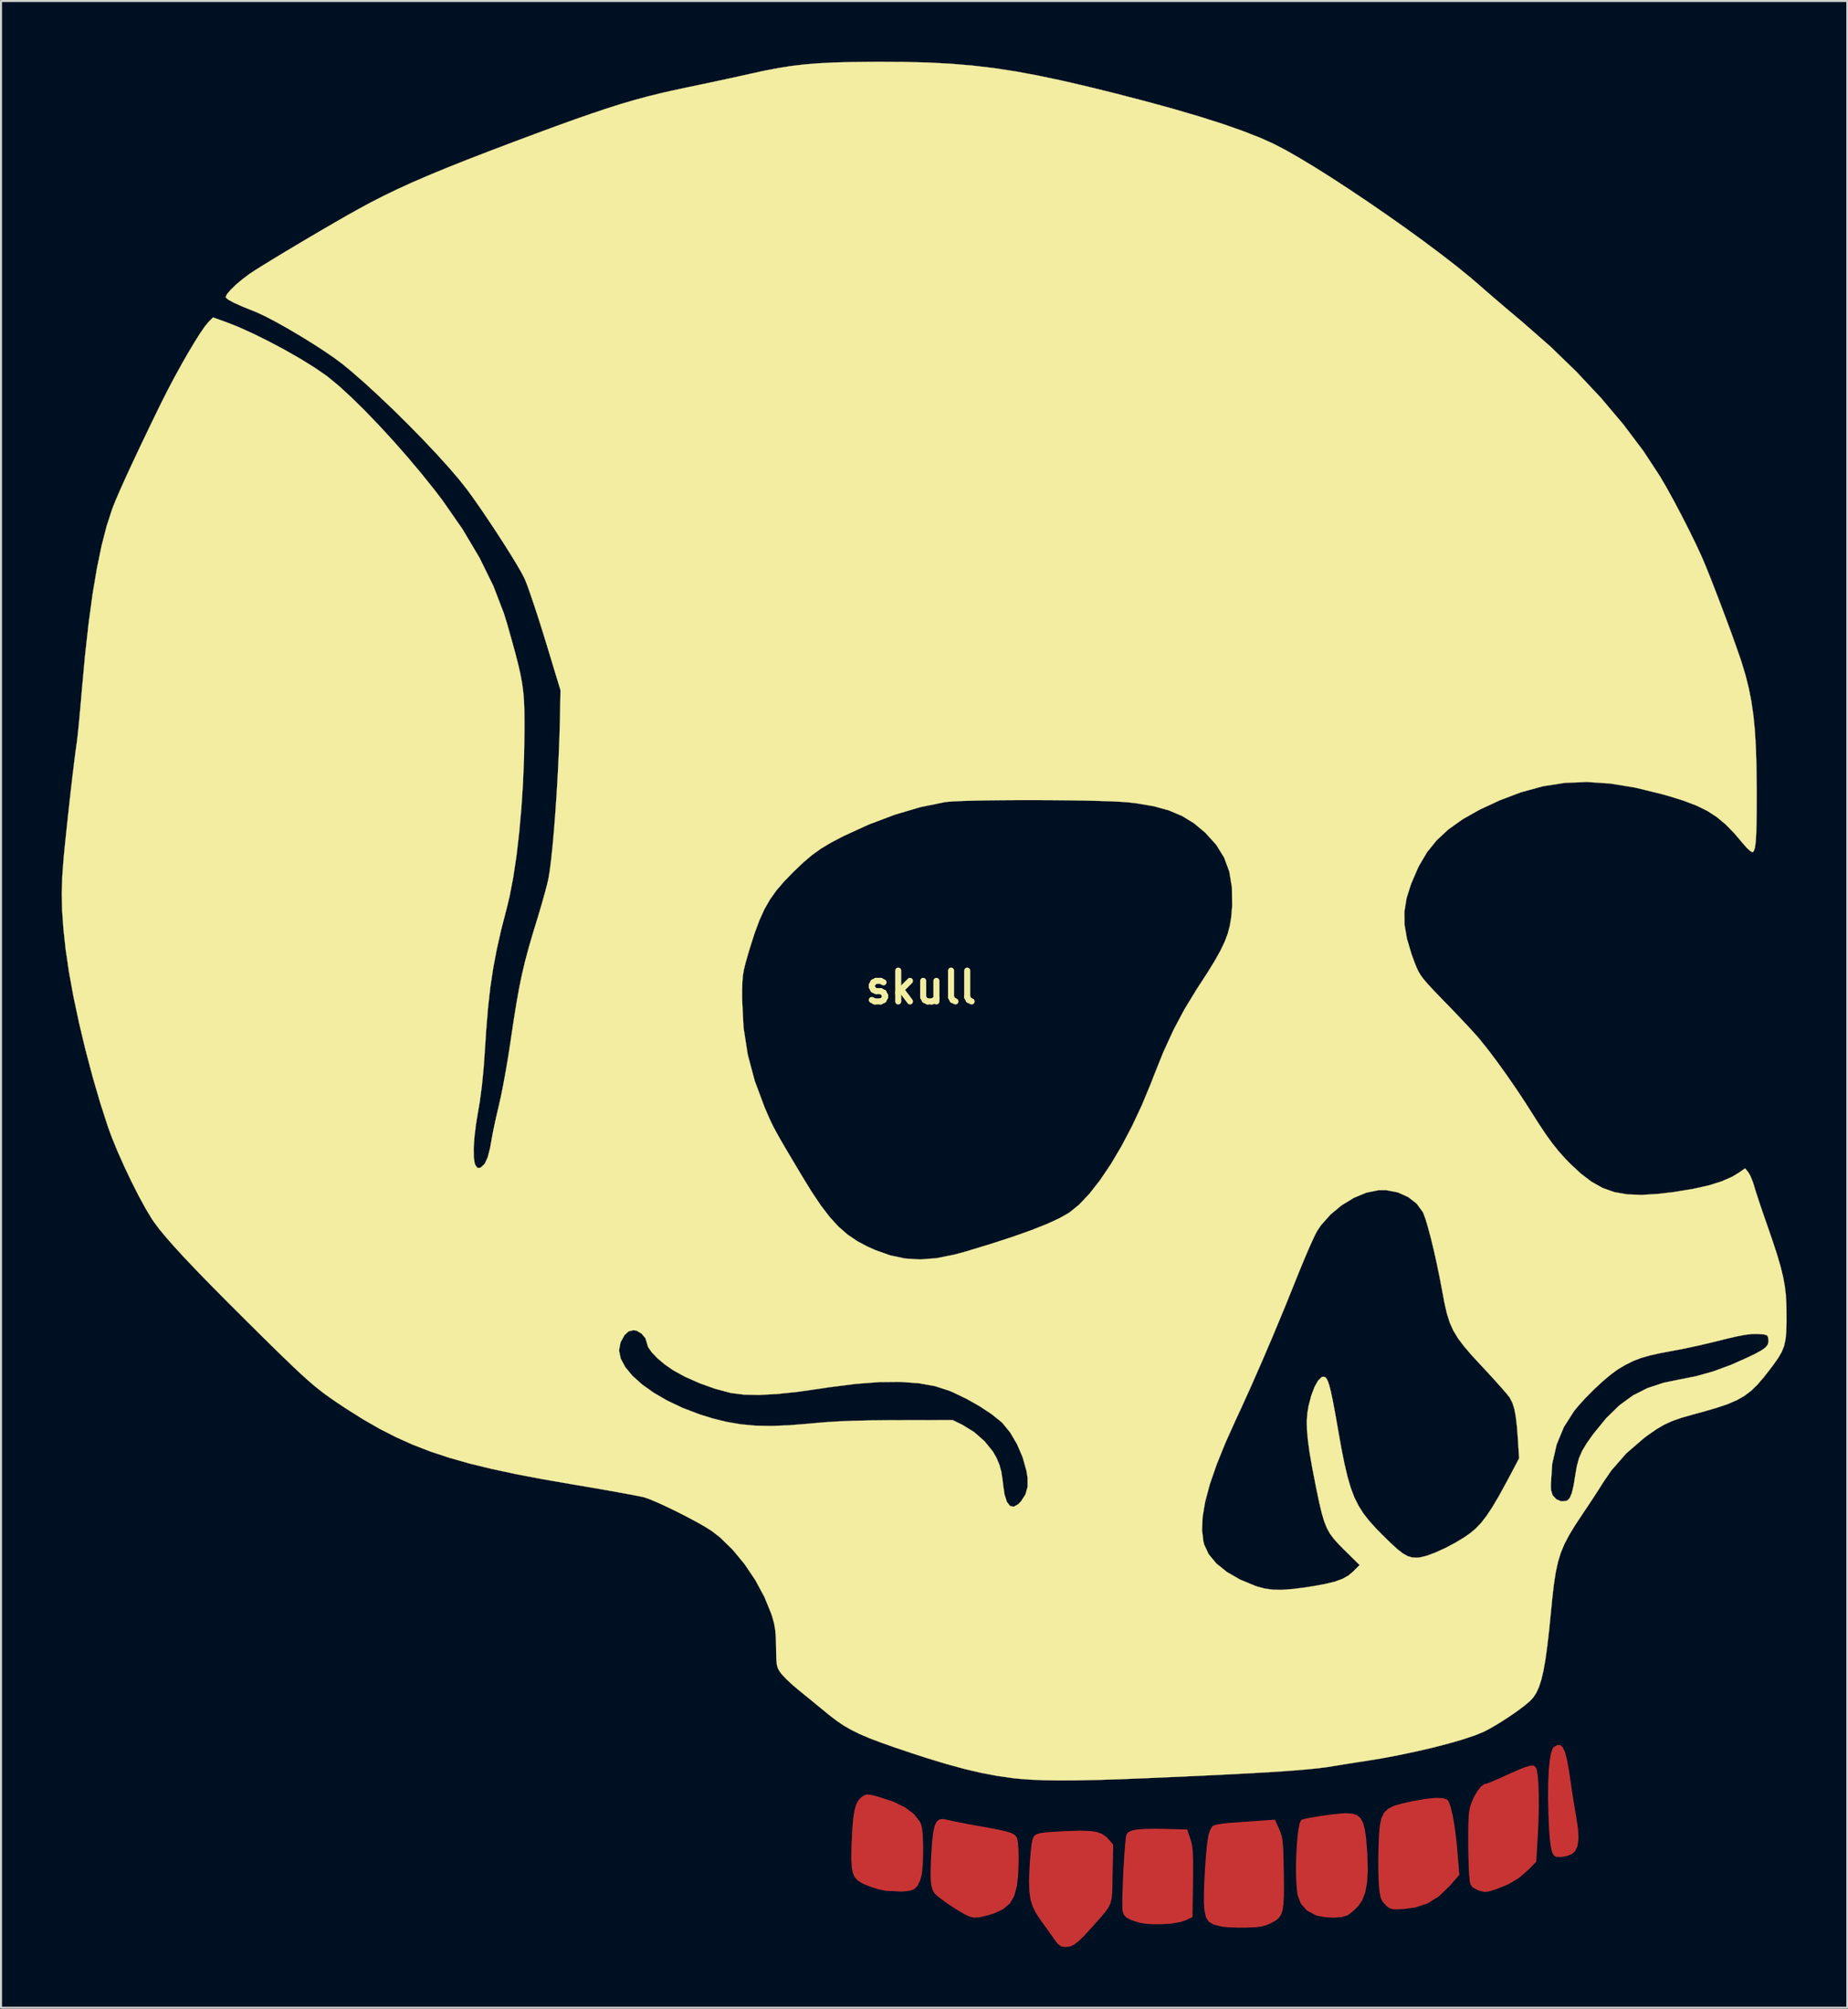
<source format=kicad_pcb>
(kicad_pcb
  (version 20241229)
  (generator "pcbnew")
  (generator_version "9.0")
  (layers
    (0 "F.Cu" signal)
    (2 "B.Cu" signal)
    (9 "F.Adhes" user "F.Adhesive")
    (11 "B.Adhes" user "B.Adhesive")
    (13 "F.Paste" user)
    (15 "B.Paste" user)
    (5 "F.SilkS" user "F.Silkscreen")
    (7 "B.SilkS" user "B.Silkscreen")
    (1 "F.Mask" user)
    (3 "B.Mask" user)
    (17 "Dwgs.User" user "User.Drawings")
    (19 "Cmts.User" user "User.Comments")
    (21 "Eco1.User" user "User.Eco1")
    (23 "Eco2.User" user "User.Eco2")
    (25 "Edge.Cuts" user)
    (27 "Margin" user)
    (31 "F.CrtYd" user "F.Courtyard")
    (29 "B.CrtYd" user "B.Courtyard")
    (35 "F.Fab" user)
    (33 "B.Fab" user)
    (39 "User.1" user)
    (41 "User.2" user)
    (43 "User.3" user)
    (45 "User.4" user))
  (footprint "skull"
    (layer "F.Cu")
    (at 42.483 45.749)
    (property "Reference" "skull" (at 0 0 0) (layer "F.SilkS") (effects (font (size 1.524 1.524) (thickness 0.3))))
    (attr through_hole)
    (fp_poly (pts (xy -0.774 -45.737) (xy 0.388 -45.706) (xy 1.483 -45.648) (xy 2.539 -45.559) (xy 3.586 -45.436) (xy 4.652 -45.274) (xy 5.766 -45.069) (xy 6.958 -44.818) (xy 8.256 -44.517) (xy 9.44 -44.225) (xy 11.048 -43.81) (xy 12.495 -43.414) (xy 13.784 -43.035) (xy 14.924 -42.673) (xy 15.92 -42.323) (xy 16.777 -41.986) (xy 17.41 -41.703) (xy 17.982 -41.408) (xy 18.666 -41.02) (xy 19.44 -40.554) (xy 20.285 -40.022) (xy 21.18 -39.439) (xy 22.105 -38.819) (xy 23.04 -38.176) (xy 23.964 -37.524) (xy 24.857 -36.876) (xy 25.699 -36.247) (xy 26.469 -35.65) (xy 27.147 -35.1) (xy 27.601 -34.711) (xy 27.971 -34.387) (xy 28.428 -33.993) (xy 28.929 -33.565) (xy 29.43 -33.142) (xy 29.76 -32.865) (xy 31.122 -31.671) (xy 32.417 -30.416) (xy 33.627 -29.124) (xy 34.733 -27.814) (xy 35.715 -26.51) (xy 36.538 -25.257) (xy 36.858 -24.708) (xy 37.219 -24.053) (xy 37.597 -23.338) (xy 37.967 -22.612) (xy 38.306 -21.921) (xy 38.588 -21.312) (xy 38.664 -21.14) (xy 38.845 -20.703) (xy 39.068 -20.146) (xy 39.317 -19.504) (xy 39.58 -18.814) (xy 39.843 -18.113) (xy 40.092 -17.436) (xy 40.313 -16.821) (xy 40.493 -16.303) (xy 40.579 -16.043) (xy 40.77 -15.407) (xy 40.927 -14.781) (xy 41.053 -14.141) (xy 41.151 -13.462) (xy 41.224 -12.72) (xy 41.274 -11.891) (xy 41.304 -10.951) (xy 41.316 -9.874) (xy 41.317 -9.473) (xy 41.315 -8.682) (xy 41.306 -8.046) (xy 41.29 -7.55) (xy 41.266 -7.182) (xy 41.232 -6.927) (xy 41.188 -6.77) (xy 41.132 -6.697) (xy 41.098 -6.689) (xy 40.989 -6.75) (xy 40.819 -6.91) (xy 40.665 -7.085) (xy 40.208 -7.622) (xy 39.778 -8.062) (xy 39.345 -8.423) (xy 38.878 -8.725) (xy 38.347 -8.987) (xy 37.721 -9.225) (xy 36.97 -9.46) (xy 36.618 -9.559) (xy 35.3 -9.88) (xy 34.078 -10.079) (xy 32.928 -10.157) (xy 31.826 -10.112) (xy 30.749 -9.944) (xy 29.673 -9.651) (xy 28.619 -9.252) (xy 27.623 -8.79) (xy 26.78 -8.314) (xy 26.075 -7.813) (xy 25.491 -7.271) (xy 25.013 -6.677) (xy 24.624 -6.016) (xy 24.562 -5.89) (xy 24.227 -5.112) (xy 24.007 -4.415) (xy 23.901 -3.759) (xy 23.906 -3.107) (xy 24.022 -2.42) (xy 24.247 -1.66) (xy 24.405 -1.228) (xy 24.499 -0.994) (xy 24.592 -0.795) (xy 24.704 -0.607) (xy 24.853 -0.406) (xy 25.057 -0.168) (xy 25.335 0.132) (xy 25.706 0.518) (xy 25.903 0.72) (xy 26.308 1.138) (xy 26.702 1.552) (xy 27.06 1.933) (xy 27.354 2.253) (xy 27.558 2.482) (xy 27.571 2.498) (xy 27.976 2.998) (xy 28.438 3.608) (xy 28.93 4.289) (xy 29.425 5.004) (xy 29.895 5.715) (xy 30.141 6.102) (xy 30.549 6.744) (xy 30.898 7.268) (xy 31.213 7.703) (xy 31.515 8.081) (xy 31.827 8.43) (xy 32.058 8.671) (xy 32.618 9.195) (xy 33.158 9.605) (xy 33.702 9.909) (xy 34.278 10.112) (xy 34.912 10.224) (xy 35.63 10.251) (xy 36.458 10.2) (xy 37.187 10.113) (xy 38.138 9.96) (xy 38.936 9.783) (xy 39.593 9.578) (xy 40.126 9.341) (xy 40.417 9.164) (xy 40.744 8.938) (xy 40.899 9.129) (xy 41.007 9.316) (xy 41.121 9.596) (xy 41.187 9.803) (xy 41.259 10.045) (xy 41.377 10.408) (xy 41.526 10.855) (xy 41.695 11.349) (xy 41.827 11.726) (xy 42.105 12.53) (xy 42.325 13.205) (xy 42.494 13.779) (xy 42.617 14.28) (xy 42.702 14.736) (xy 42.755 15.174) (xy 42.782 15.624) (xy 42.788 15.917) (xy 42.79 16.538) (xy 42.777 17.023) (xy 42.739 17.407) (xy 42.667 17.725) (xy 42.553 18.01) (xy 42.387 18.297) (xy 42.16 18.62) (xy 42.039 18.783) (xy 41.68 19.245) (xy 41.357 19.622) (xy 41.042 19.928) (xy 40.709 20.181) (xy 40.333 20.394) (xy 39.885 20.586) (xy 39.341 20.77) (xy 38.673 20.964) (xy 38.201 21.092) (xy 37.618 21.257) (xy 37.151 21.419) (xy 36.747 21.603) (xy 36.355 21.832) (xy 35.924 22.132) (xy 35.744 22.267) (xy 34.865 23.025) (xy 34.124 23.875) (xy 33.723 24.463) (xy 33.512 24.797) (xy 33.242 25.214) (xy 32.949 25.657) (xy 32.708 26.016) (xy 32.342 26.569) (xy 32.047 27.052) (xy 31.814 27.497) (xy 31.631 27.935) (xy 31.489 28.398) (xy 31.377 28.918) (xy 31.285 29.525) (xy 31.203 30.252) (xy 31.156 30.734) (xy 31.06 31.705) (xy 30.966 32.522) (xy 30.872 33.202) (xy 30.774 33.76) (xy 30.668 34.212) (xy 30.55 34.575) (xy 30.416 34.863) (xy 30.264 35.092) (xy 30.115 35.255) (xy 29.828 35.498) (xy 29.436 35.789) (xy 28.985 36.097) (xy 28.52 36.392) (xy 28.087 36.643) (xy 27.816 36.782) (xy 27.382 36.96) (xy 26.806 37.152) (xy 26.118 37.352) (xy 25.343 37.553) (xy 24.509 37.748) (xy 23.644 37.931) (xy 22.775 38.095) (xy 21.971 38.226) (xy 21.5 38.298) (xy 21.004 38.377) (xy 20.558 38.449) (xy 20.362 38.482) (xy 20.026 38.534) (xy 19.627 38.584) (xy 19.155 38.632) (xy 18.599 38.68) (xy 17.949 38.729) (xy 17.195 38.778) (xy 16.326 38.828) (xy 15.332 38.881) (xy 14.203 38.936) (xy 12.928 38.995) (xy 11.497 39.058) (xy 11.091 39.075) (xy 9.81 39.126) (xy 8.683 39.161) (xy 7.696 39.181) (xy 6.835 39.185) (xy 6.085 39.174) (xy 5.433 39.147) (xy 4.863 39.105) (xy 4.54 39.071) (xy 3.767 38.96) (xy 2.98 38.812) (xy 2.15 38.618) (xy 1.246 38.371) (xy 0.238 38.064) (xy -0.444 37.842) (xy -1.278 37.562) (xy -1.972 37.317) (xy -2.55 37.097) (xy -3.035 36.89) (xy -3.449 36.686) (xy -3.818 36.473) (xy -4.162 36.241) (xy -4.507 35.979) (xy -4.666 35.85) (xy -5.053 35.531) (xy -5.464 35.195) (xy -5.843 34.887) (xy -6.073 34.7) (xy -6.377 34.442) (xy -6.659 34.177) (xy -6.87 33.954) (xy -6.91 33.904) (xy -7.014 33.759) (xy -7.084 33.623) (xy -7.126 33.458) (xy -7.149 33.224) (xy -7.159 32.884) (xy -7.163 32.605) (xy -7.175 32.124) (xy -7.204 31.754) (xy -7.259 31.436) (xy -7.348 31.111) (xy -7.402 30.946) (xy -7.743 30.112) (xy -8.192 29.283) (xy -8.724 28.493) (xy -9.314 27.779) (xy -9.935 27.175) (xy -10.359 26.848) (xy -10.419 26.811) (xy 13.894 26.811) (xy 13.962 27.378) (xy 14.002 27.535) (xy 14.225 28.011) (xy 14.602 28.464) (xy 15.119 28.882) (xy 15.763 29.254) (xy 16.517 29.568) (xy 16.623 29.604) (xy 16.991 29.703) (xy 17.38 29.758) (xy 17.823 29.767) (xy 18.35 29.73) (xy 18.993 29.648) (xy 19.371 29.589) (xy 19.989 29.476) (xy 20.468 29.359) (xy 20.836 29.225) (xy 21.123 29.066) (xy 21.358 28.869) (xy 21.361 28.866) (xy 21.687 28.541) (xy 20.93 27.796) (xy 20.637 27.5) (xy 20.403 27.238) (xy 20.216 26.983) (xy 20.064 26.707) (xy 19.935 26.383) (xy 19.816 25.983) (xy 19.696 25.48) (xy 19.562 24.847) (xy 19.513 24.606) (xy 19.343 23.732) (xy 19.216 22.999) (xy 19.131 22.385) (xy 19.084 21.869) (xy 19.075 21.427) (xy 19.102 21.039) (xy 19.161 20.686) (xy 19.297 20.165) (xy 19.457 19.74) (xy 19.629 19.431) (xy 19.804 19.26) (xy 19.876 19.235) (xy 19.959 19.244) (xy 20.035 19.306) (xy 20.108 19.437) (xy 20.183 19.653) (xy 20.264 19.97) (xy 20.356 20.404) (xy 20.463 20.971) (xy 20.589 21.686) (xy 20.617 21.844) (xy 20.781 22.763) (xy 20.935 23.536) (xy 21.088 24.185) (xy 21.249 24.734) (xy 21.428 25.204) (xy 21.634 25.617) (xy 21.876 25.997) (xy 22.164 26.365) (xy 22.507 26.744) (xy 22.779 27.021) (xy 23.209 27.443) (xy 23.549 27.753) (xy 23.824 27.968) (xy 24.057 28.1) (xy 24.274 28.165) (xy 24.497 28.178) (xy 24.665 28.164) (xy 25 28.085) (xy 25.43 27.925) (xy 25.912 27.706) (xy 26.405 27.446) (xy 26.868 27.166) (xy 27.151 26.968) (xy 27.424 26.741) (xy 27.687 26.465) (xy 27.955 26.121) (xy 28.242 25.689) (xy 28.563 25.147) (xy 28.89 24.553) (xy 31.14 24.553) (xy 31.147 24.828) (xy 31.227 25.094) (xy 31.411 25.291) (xy 31.651 25.394) (xy 31.902 25.372) (xy 31.978 25.333) (xy 32.087 25.207) (xy 32.183 24.967) (xy 32.269 24.593) (xy 32.346 24.12) (xy 32.427 23.647) (xy 32.534 23.257) (xy 32.69 22.898) (xy 32.916 22.52) (xy 33.236 22.071) (xy 33.247 22.056) (xy 33.882 21.279) (xy 34.521 20.655) (xy 35.189 20.167) (xy 35.912 19.799) (xy 36.714 19.534) (xy 37.412 19.39) (xy 38.325 19.209) (xy 39.184 18.968) (xy 40.051 18.646) (xy 40.809 18.311) (xy 41.254 18.096) (xy 41.564 17.926) (xy 41.761 17.783) (xy 41.865 17.647) (xy 41.9 17.501) (xy 41.895 17.383) (xy 41.869 17.251) (xy 41.804 17.177) (xy 41.655 17.141) (xy 41.383 17.122) (xy 41.357 17.12) (xy 41.077 17.124) (xy 40.738 17.164) (xy 40.31 17.246) (xy 39.763 17.375) (xy 39.537 17.432) (xy 38.983 17.568) (xy 38.383 17.706) (xy 37.804 17.831) (xy 37.308 17.928) (xy 37.211 17.946) (xy 36.551 18.069) (xy 36.021 18.187) (xy 35.585 18.314) (xy 35.204 18.461) (xy 34.84 18.642) (xy 34.459 18.867) (xy 34.117 19.114) (xy 33.708 19.457) (xy 33.272 19.862) (xy 32.846 20.291) (xy 32.469 20.709) (xy 32.287 20.932) (xy 31.784 21.719) (xy 31.423 22.592) (xy 31.207 23.541) (xy 31.14 24.553) (xy 28.89 24.553) (xy 28.932 24.475) (xy 29.041 24.271) (xy 29.572 23.268) (xy 29.512 22.326) (xy 29.464 21.688) (xy 29.405 21.192) (xy 29.331 20.811) (xy 29.236 20.517) (xy 29.114 20.282) (xy 29.084 20.238) (xy 28.962 20.083) (xy 28.744 19.831) (xy 28.454 19.505) (xy 28.114 19.132) (xy 27.745 18.735) (xy 27.727 18.716) (xy 27.233 18.181) (xy 26.845 17.73) (xy 26.545 17.33) (xy 26.316 16.948) (xy 26.14 16.553) (xy 26.001 16.111) (xy 25.881 15.59) (xy 25.775 15.028) (xy 25.646 14.342) (xy 25.504 13.655) (xy 25.356 12.994) (xy 25.209 12.386) (xy 25.068 11.857) (xy 24.941 11.436) (xy 24.834 11.147) (xy 24.812 11.1) (xy 24.509 10.684) (xy 24.085 10.354) (xy 23.573 10.125) (xy 23.007 10.015) (xy 22.628 10.015) (xy 22.026 10.136) (xy 21.405 10.393) (xy 20.799 10.761) (xy 20.246 11.219) (xy 19.782 11.74) (xy 19.583 12.035) (xy 19.474 12.244) (xy 19.317 12.582) (xy 19.123 13.02) (xy 18.907 13.529) (xy 18.68 14.081) (xy 18.555 14.393) (xy 18.012 15.74) (xy 17.448 17.098) (xy 16.881 18.427) (xy 16.327 19.689) (xy 15.803 20.846) (xy 15.594 21.294) (xy 15.051 22.499) (xy 14.614 23.581) (xy 14.281 24.546) (xy 14.051 25.402) (xy 13.923 26.154) (xy 13.894 26.811) (xy -10.419 26.811) (xy -10.667 26.654) (xy -11.075 26.422) (xy -11.547 26.17) (xy -12.05 25.914) (xy -12.548 25.671) (xy -13.007 25.46) (xy -13.393 25.296) (xy -13.671 25.198) (xy -13.695 25.192) (xy -13.903 25.146) (xy -14.255 25.077) (xy -14.727 24.99) (xy -15.296 24.887) (xy -15.939 24.774) (xy -16.632 24.655) (xy -17.219 24.556) (xy -18.708 24.298) (xy -20.047 24.043) (xy -21.254 23.784) (xy -22.349 23.516) (xy -23.348 23.232) (xy -24.272 22.925) (xy -25.139 22.588) (xy -25.967 22.216) (xy -26.776 21.802) (xy -27.583 21.339) (xy -28.408 20.821) (xy -28.944 20.464) (xy -29.23 20.266) (xy -29.498 20.073) (xy -29.761 19.872) (xy -30.033 19.65) (xy -30.328 19.395) (xy -30.66 19.095) (xy -31.042 18.737) (xy -31.489 18.307) (xy -31.874 17.933) (xy -14.929 17.933) (xy -14.846 18.338) (xy -14.621 18.76) (xy -14.267 19.188) (xy -13.793 19.614) (xy -13.213 20.027) (xy -12.539 20.418) (xy -11.781 20.777) (xy -10.952 21.094) (xy -10.287 21.3) (xy -9.591 21.471) (xy -8.899 21.588) (xy -8.18 21.654) (xy -7.4 21.669) (xy -6.526 21.635) (xy -5.525 21.554) (xy -5.402 21.542) (xy -4.764 21.486) (xy -4.089 21.443) (xy -3.348 21.413) (xy -2.509 21.394) (xy -1.543 21.384) (xy -1.143 21.383) (xy 1.566 21.378) (xy 2.053 21.617) (xy 2.625 21.969) (xy 3.14 22.42) (xy 3.552 22.929) (xy 3.724 23.226) (xy 3.874 23.577) (xy 3.973 23.94) (xy 4.039 24.383) (xy 4.054 24.534) (xy 4.129 25.052) (xy 4.244 25.414) (xy 4.396 25.618) (xy 4.583 25.661) (xy 4.803 25.541) (xy 4.943 25.396) (xy 5.167 25.052) (xy 5.273 24.671) (xy 5.269 24.215) (xy 5.212 23.871) (xy 5.024 23.209) (xy 4.749 22.568) (xy 4.413 21.995) (xy 4.038 21.534) (xy 3.953 21.453) (xy 3.482 21.077) (xy 2.895 20.69) (xy 2.241 20.321) (xy 1.568 19.999) (xy 1.389 19.924) (xy 0.694 19.7) (xy -0.107 19.556) (xy -1.024 19.489) (xy -2.064 19.5) (xy -3.236 19.59) (xy -4.548 19.757) (xy -4.911 19.812) (xy -6.095 19.982) (xy -7.127 20.089) (xy -8.014 20.135) (xy -8.76 20.119) (xy -9.371 20.042) (xy -9.448 20.026) (xy -10.186 19.827) (xy -10.946 19.555) (xy -11.665 19.237) (xy -12.243 18.92) (xy -12.661 18.632) (xy -13.024 18.327) (xy -13.309 18.03) (xy -13.491 17.768) (xy -13.547 17.583) (xy -13.621 17.335) (xy -13.807 17.11) (xy -14.051 16.963) (xy -14.207 16.933) (xy -14.451 16.99) (xy -14.654 17.173) (xy -14.837 17.503) (xy -14.858 17.553) (xy -14.929 17.933) (xy -31.874 17.933) (xy -32.015 17.795) (xy -32.633 17.186) (xy -33.305 16.521) (xy -34.248 15.581) (xy -35.074 14.748) (xy -35.788 14.014) (xy -36.397 13.373) (xy -36.908 12.818) (xy -37.328 12.34) (xy -37.664 11.934) (xy -37.921 11.59) (xy -38.03 11.43) (xy -38.34 10.913) (xy -38.685 10.279) (xy -39.044 9.57) (xy -39.396 8.827) (xy -39.722 8.095) (xy -40.001 7.415) (xy -40.175 6.943) (xy -40.57 5.726) (xy -40.949 4.428) (xy -41.304 3.089) (xy -41.625 1.747) (xy -41.902 0.442) (xy -42.126 -0.786) (xy -42.284 -1.863) (xy -42.395 -2.88) (xy -42.46 -3.789) (xy -42.478 -4.647) (xy -42.452 -5.508) (xy -42.383 -6.427) (xy -42.382 -6.435) (xy -42.324 -7.028) (xy -42.255 -7.695) (xy -42.179 -8.406) (xy -42.099 -9.134) (xy -42.018 -9.848) (xy -41.94 -10.519) (xy -41.867 -11.118) (xy -41.804 -11.616) (xy -41.753 -11.984) (xy -41.741 -12.065) (xy -41.711 -12.294) (xy -41.671 -12.661) (xy -41.624 -13.135) (xy -41.573 -13.685) (xy -41.52 -14.28) (xy -41.489 -14.647) (xy -41.329 -16.401) (xy -41.152 -17.991) (xy -40.958 -19.422) (xy -40.744 -20.698) (xy -40.512 -21.824) (xy -40.259 -22.805) (xy -39.986 -23.645) (xy -39.958 -23.72) (xy -39.804 -24.103) (xy -39.58 -24.619) (xy -39.294 -25.254) (xy -38.953 -25.99) (xy -38.566 -26.811) (xy -38.14 -27.701) (xy -37.682 -28.643) (xy -37.549 -28.914) (xy -37.239 -29.527) (xy -36.908 -30.154) (xy -36.569 -30.77) (xy -36.237 -31.352) (xy -35.924 -31.877) (xy -35.644 -32.32) (xy -35.411 -32.66) (xy -35.239 -32.871) (xy -35.235 -32.876) (xy -34.999 -33.112) (xy -34.369 -32.887) (xy -33.723 -32.631) (xy -32.99 -32.299) (xy -32.212 -31.913) (xy -31.426 -31.494) (xy -30.673 -31.063) (xy -29.991 -30.641) (xy -29.421 -30.249) (xy -29.309 -30.165) (xy -28.78 -29.729) (xy -28.175 -29.174) (xy -27.512 -28.524) (xy -26.813 -27.798) (xy -26.096 -27.019) (xy -25.382 -26.208) (xy -24.69 -25.386) (xy -24.041 -24.576) (xy -23.652 -24.065) (xy -22.666 -22.648) (xy -21.829 -21.24) (xy -21.146 -19.851) (xy -20.621 -18.488) (xy -20.456 -17.949) (xy -20.23 -17.151) (xy -20.048 -16.486) (xy -19.905 -15.927) (xy -19.796 -15.446) (xy -19.717 -15.013) (xy -19.663 -14.6) (xy -19.629 -14.18) (xy -19.611 -13.723) (xy -19.605 -13.201) (xy -19.604 -12.7) (xy -19.624 -11.412) (xy -19.676 -10.121) (xy -19.758 -8.854) (xy -19.868 -7.635) (xy -20.002 -6.49) (xy -20.159 -5.445) (xy -20.335 -4.523) (xy -20.476 -3.937) (xy -20.75 -2.875) (xy -20.973 -1.893) (xy -21.152 -0.946) (xy -21.295 0.011) (xy -21.408 1.02) (xy -21.499 2.127) (xy -21.547 2.879) (xy -21.621 3.951) (xy -21.711 4.875) (xy -21.818 5.672) (xy -21.884 6.054) (xy -22.001 6.754) (xy -22.078 7.389) (xy -22.116 7.939) (xy -22.111 8.38) (xy -22.065 8.69) (xy -22.027 8.785) (xy -21.925 8.917) (xy -21.802 8.91) (xy -21.749 8.884) (xy -21.57 8.712) (xy -21.422 8.396) (xy -21.301 7.928) (xy -21.245 7.606) (xy -21.188 7.286) (xy -21.101 6.855) (xy -20.994 6.366) (xy -20.878 5.872) (xy -20.861 5.8) (xy -20.762 5.359) (xy -20.65 4.794) (xy -20.532 4.15) (xy -20.416 3.469) (xy -20.31 2.796) (xy -20.275 2.555) (xy -20.131 1.589) (xy -19.997 0.757) (xy -19.968 0.593) (xy -8.843 0.593) (xy -8.774 1.976) (xy -8.568 3.308) (xy -8.217 4.625) (xy -7.732 5.921) (xy -7.61 6.206) (xy -7.503 6.451) (xy -7.399 6.675) (xy -7.287 6.901) (xy -7.155 7.15) (xy -6.991 7.442) (xy -6.783 7.801) (xy -6.521 8.246) (xy -6.192 8.799) (xy -5.896 9.297) (xy -5.392 10.115) (xy -4.933 10.796) (xy -4.501 11.358) (xy -4.076 11.82) (xy -3.64 12.202) (xy -3.174 12.521) (xy -2.659 12.798) (xy -2.274 12.971) (xy -1.522 13.238) (xy -0.787 13.395) (xy -0.036 13.441) (xy 0.762 13.378) (xy 1.639 13.204) (xy 2.243 13.04) (xy 3.475 12.665) (xy 4.544 12.317) (xy 5.455 11.993) (xy 6.211 11.694) (xy 6.818 11.416) (xy 7.279 11.159) (xy 7.333 11.124) (xy 7.818 10.732) (xy 8.329 10.192) (xy 8.856 9.518) (xy 9.389 8.727) (xy 9.917 7.835) (xy 10.431 6.859) (xy 10.921 5.814) (xy 11.376 4.717) (xy 11.475 4.457) (xy 11.971 3.217) (xy 12.48 2.106) (xy 13.023 1.083) (xy 13.619 0.105) (xy 13.688 0) (xy 14.144 -0.702) (xy 14.51 -1.294) (xy 14.794 -1.8) (xy 15.009 -2.245) (xy 15.164 -2.656) (xy 15.27 -3.055) (xy 15.338 -3.47) (xy 15.377 -3.925) (xy 15.385 -4.064) (xy 15.373 -4.949) (xy 15.243 -5.728) (xy 14.986 -6.423) (xy 14.594 -7.055) (xy 14.059 -7.646) (xy 14.046 -7.659) (xy 13.5 -8.113) (xy 12.913 -8.474) (xy 12.256 -8.752) (xy 11.502 -8.96) (xy 10.624 -9.107) (xy 10.245 -9.15) (xy 9.875 -9.178) (xy 9.372 -9.202) (xy 8.76 -9.222) (xy 8.062 -9.238) (xy 7.298 -9.25) (xy 6.493 -9.258) (xy 5.669 -9.262) (xy 4.848 -9.262) (xy 4.053 -9.257) (xy 3.307 -9.248) (xy 2.632 -9.235) (xy 2.051 -9.218) (xy 1.586 -9.197) (xy 1.26 -9.171) (xy 1.185 -9.161) (xy -0.024 -8.915) (xy -1.297 -8.539) (xy -2.603 -8.045) (xy -3.852 -7.472) (xy -4.448 -7.16) (xy -4.94 -6.866) (xy -5.379 -6.551) (xy -5.819 -6.178) (xy -6.308 -5.712) (xy -6.766 -5.242) (xy -7.146 -4.798) (xy -7.465 -4.35) (xy -7.741 -3.868) (xy -7.989 -3.322) (xy -8.227 -2.68) (xy -8.472 -1.914) (xy -8.565 -1.598) (xy -8.678 -1.2) (xy -8.756 -0.88) (xy -8.805 -0.588) (xy -8.831 -0.273) (xy -8.842 0.114) (xy -8.843 0.593) (xy -19.968 0.593) (xy -19.865 0.023) (xy -19.726 -0.649) (xy -19.574 -1.292) (xy -19.4 -1.943) (xy -19.198 -2.637) (xy -19.057 -3.099) (xy -18.891 -3.644) (xy -18.734 -4.179) (xy -18.597 -4.667) (xy -18.49 -5.07) (xy -18.425 -5.343) (xy -18.356 -5.754) (xy -18.285 -6.312) (xy -18.213 -6.991) (xy -18.143 -7.77) (xy -18.077 -8.624) (xy -18.015 -9.531) (xy -17.96 -10.465) (xy -17.913 -11.405) (xy -17.875 -12.327) (xy -17.85 -13.207) (xy -17.845 -13.462) (xy -17.822 -14.69) (xy -18.565 -17.134) (xy -18.766 -17.784) (xy -18.967 -18.412) (xy -19.158 -18.992) (xy -19.33 -19.496) (xy -19.474 -19.898) (xy -19.582 -20.169) (xy -19.597 -20.204) (xy -19.748 -20.495) (xy -19.981 -20.898) (xy -20.279 -21.388) (xy -20.625 -21.936) (xy -21.002 -22.519) (xy -21.393 -23.109) (xy -21.782 -23.681) (xy -22.152 -24.209) (xy -22.43 -24.592) (xy -22.838 -25.108) (xy -23.354 -25.71) (xy -23.956 -26.374) (xy -24.622 -27.079) (xy -25.33 -27.802) (xy -26.057 -28.52) (xy -26.782 -29.212) (xy -27.481 -29.854) (xy -28.133 -30.424) (xy -28.573 -30.788) (xy -28.984 -31.096) (xy -29.497 -31.448) (xy -30.076 -31.824) (xy -30.692 -32.203) (xy -31.31 -32.567) (xy -31.898 -32.896) (xy -32.423 -33.171) (xy -32.854 -33.372) (xy -32.96 -33.415) (xy -33.55 -33.651) (xy -33.979 -33.843) (xy -34.251 -33.992) (xy -34.369 -34.099) (xy -34.375 -34.122) (xy -34.31 -34.263) (xy -34.133 -34.473) (xy -33.872 -34.726) (xy -33.555 -34.995) (xy -33.209 -35.255) (xy -33.167 -35.284) (xy -32.9 -35.459) (xy -32.51 -35.703) (xy -32.021 -36.003) (xy -31.458 -36.344) (xy -30.844 -36.711) (xy -30.204 -37.09) (xy -29.561 -37.467) (xy -28.941 -37.827) (xy -28.367 -38.156) (xy -27.895 -38.421) (xy -27.255 -38.769) (xy -26.6 -39.105) (xy -25.913 -39.437) (xy -25.174 -39.775) (xy -24.365 -40.125) (xy -23.468 -40.496) (xy -22.464 -40.896) (xy -21.334 -41.333) (xy -20.193 -41.765) (xy -19.015 -42.206) (xy -17.975 -42.589) (xy -17.052 -42.921) (xy -16.228 -43.208) (xy -15.482 -43.456) (xy -14.795 -43.673) (xy -14.148 -43.862) (xy -13.521 -44.032) (xy -12.893 -44.187) (xy -12.247 -44.335) (xy -11.561 -44.481) (xy -11.55 -44.483) (xy -10.904 -44.618) (xy -10.215 -44.764) (xy -9.533 -44.911) (xy -8.911 -45.047) (xy -8.402 -45.161) (xy -8.382 -45.165) (xy -7.685 -45.317) (xy -7.036 -45.44) (xy -6.406 -45.538) (xy -5.766 -45.614) (xy -5.088 -45.669) (xy -4.341 -45.708) (xy -3.496 -45.731) (xy -2.525 -45.742) (xy -2.032 -45.744) (xy -0.774 -45.737)) (stroke (width 0.01) (type solid)) (fill yes) (layer "F.SilkS"))
    (pad "1" connect custom (at -1.8 42.6) (size 1.524 1.524) (layers "F.Cu" "F.Mask") (options (anchor circle)) (primitives (gr_poly (pts (xy -0.738 -2.707) (xy -0.497 -2.653) (xy -0.336 -2.611) (xy 0.405 -2.372) (xy 1.002 -2.084) (xy 1.449 -1.751) (xy 1.739 -1.378) (xy 1.815 -1.204) (xy 1.86 -0.972) (xy 1.89 -0.616) (xy 1.904 -0.181) (xy 1.901 0.288) (xy 1.882 0.746) (xy 1.845 1.149) (xy 1.839 1.195) (xy 1.761 1.509) (xy 1.635 1.771) (xy 1.596 1.823) (xy 1.47 1.943) (xy 1.314 2.014) (xy 1.077 2.054) (xy 0.822 2.072) (xy 0.049 2.033) (xy -0.317 1.955) (xy -0.656 1.849) (xy -0.974 1.726) (xy -1.163 1.633) (xy -1.347 1.505) (xy -1.48 1.349) (xy -1.57 1.138) (xy -1.621 0.848) (xy -1.641 0.453) (xy -1.634 -0.073) (xy -1.624 -0.371) (xy -1.59 -1.035) (xy -1.544 -1.551) (xy -1.482 -1.941) (xy -1.399 -2.228) (xy -1.29 -2.432) (xy -1.15 -2.576) (xy -1.139 -2.584) (xy -1.008 -2.675) (xy -0.891 -2.715) (xy -0.738 -2.707)) (width 0.01) (fill yes))))
    (pad "2" connect custom (at 2.6 43.4) (size 1.524 1.524) (layers "F.Cu" "F.Mask") (options (anchor circle)) (primitives (gr_poly (pts (xy -1.246 -2.252) (xy -1.058 -2.208) (xy -0.743 -2.142) (xy -0.338 -2.064) (xy 0.116 -1.981) (xy 0.276 -1.953) (xy 0.869 -1.846) (xy 1.317 -1.758) (xy 1.642 -1.681) (xy 1.865 -1.608) (xy 2.009 -1.532) (xy 2.097 -1.446) (xy 2.147 -1.349) (xy 2.189 -1.138) (xy 2.215 -0.802) (xy 2.223 -0.386) (xy 2.215 0.066) (xy 2.191 0.509) (xy 2.151 0.9) (xy 2.132 1.027) (xy 2.004 1.497) (xy 1.789 1.86) (xy 1.466 2.138) (xy 1.012 2.351) (xy 0.66 2.459) (xy 0.306 2.542) (xy 0.048 2.563) (xy -0.175 2.518) (xy -0.425 2.403) (xy -0.442 2.394) (xy -0.877 2.138) (xy -1.346 1.827) (xy -1.76 1.519) (xy -1.796 1.49) (xy -1.929 1.356) (xy -2.025 1.191) (xy -2.087 0.97) (xy -2.118 0.667) (xy -2.122 0.258) (xy -2.102 -0.283) (xy -2.085 -0.609) (xy -2.042 -1.215) (xy -1.988 -1.668) (xy -1.914 -1.986) (xy -1.812 -2.187) (xy -1.672 -2.286) (xy -1.485 -2.302) (xy -1.246 -2.252)) (width 0.01) (fill yes))))
    (pad "3" connect custom (at 7.4 44) (size 1.524 1.524) (layers "F.Cu" "F.Mask") (options (anchor circle)) (primitives (gr_poly (pts (xy 0.915 -2.316) (xy 1.27 -2.267) (xy 1.539 -2.173) (xy 1.748 -2.032) (xy 1.873 -1.903) (xy 2.099 -1.634) (xy 2.07 -0.188) (xy 2.061 0.329) (xy 2.05 0.718) (xy 2.022 1.014) (xy 1.963 1.252) (xy 1.86 1.468) (xy 1.697 1.697) (xy 1.462 1.974) (xy 1.139 2.335) (xy 0.997 2.494) (xy 0.656 2.867) (xy 0.391 3.126) (xy 0.175 3.29) (xy -0.019 3.379) (xy -0.219 3.411) (xy -0.293 3.413) (xy -0.48 3.379) (xy -0.642 3.25) (xy -0.776 3.074) (xy -0.938 2.842) (xy -1.158 2.533) (xy -1.396 2.205) (xy -1.448 2.133) (xy -1.692 1.772) (xy -1.867 1.433) (xy -1.979 1.079) (xy -2.039 0.672) (xy -2.054 0.175) (xy -2.032 -0.45) (xy -2.031 -0.481) (xy -2.002 -0.919) (xy -1.966 -1.324) (xy -1.927 -1.65) (xy -1.892 -1.848) (xy -1.852 -1.979) (xy -1.794 -2.076) (xy -1.696 -2.148) (xy -1.532 -2.199) (xy -1.281 -2.237) (xy -0.917 -2.266) (xy -0.419 -2.295) (xy -0.161 -2.308) (xy 0.447 -2.328) (xy 0.915 -2.316)) (width 0.01) (fill yes))))
    (pad "4" connect custom (at 11.6 43.8) (size 1.524 1.524) (layers "F.Cu" "F.Mask") (options (anchor circle)) (primitives (gr_poly (pts (xy 0.544 -2.212) (xy 1.555 -2.186) (xy 1.71 -1.736) (xy 1.764 -1.559) (xy 1.804 -1.366) (xy 1.83 -1.131) (xy 1.844 -0.825) (xy 1.849 -0.419) (xy 1.846 0.113) (xy 1.843 0.422) (xy 1.82 2.13) (xy 1.481 2.294) (xy 1.182 2.389) (xy 0.771 2.454) (xy 0.3 2.487) (xy -0.176 2.486) (xy -0.603 2.448) (xy -0.848 2.397) (xy -1.212 2.278) (xy -1.442 2.159) (xy -1.57 2.018) (xy -1.629 1.828) (xy -1.631 1.817) (xy -1.642 1.628) (xy -1.642 1.311) (xy -1.632 0.899) (xy -1.615 0.423) (xy -1.592 -0.082) (xy -1.564 -0.586) (xy -1.533 -1.055) (xy -1.501 -1.456) (xy -1.47 -1.758) (xy -1.441 -1.927) (xy -1.438 -1.938) (xy -1.352 -2.05) (xy -1.18 -2.131) (xy -0.904 -2.186) (xy -0.507 -2.215) (xy 0.028 -2.221) (xy 0.544 -2.212)) (width 0.01) (fill yes))))
    (pad "5" connect custom (at 16.2 43.6) (size 1.524 1.524) (layers "F.Cu" "F.Mask") (options (anchor circle)) (primitives (gr_poly (pts (xy 1.5 -2.016) (xy 1.571 -1.847) (xy 1.624 -1.68) (xy 1.662 -1.487) (xy 1.689 -1.239) (xy 1.708 -0.907) (xy 1.721 -0.461) (xy 1.732 0.088) (xy 1.741 0.763) (xy 1.737 1.292) (xy 1.715 1.695) (xy 1.67 1.996) (xy 1.595 2.216) (xy 1.486 2.377) (xy 1.338 2.501) (xy 1.144 2.611) (xy 1.114 2.626) (xy 0.878 2.73) (xy 0.64 2.795) (xy 0.347 2.833) (xy -0.051 2.852) (xy -0.156 2.854) (xy -0.566 2.854) (xy -0.956 2.839) (xy -1.268 2.812) (xy -1.373 2.795) (xy -1.737 2.698) (xy -1.968 2.565) (xy -2.102 2.357) (xy -2.176 2.033) (xy -2.193 1.89) (xy -2.208 1.591) (xy -2.206 1.166) (xy -2.19 0.657) (xy -2.162 0.105) (xy -2.126 -0.448) (xy -2.082 -0.962) (xy -2.034 -1.394) (xy -1.985 -1.703) (xy -1.979 -1.73) (xy -1.896 -1.97) (xy -1.79 -2.143) (xy -1.765 -2.166) (xy -1.623 -2.216) (xy -1.358 -2.265) (xy -1.018 -2.305) (xy -0.85 -2.319) (xy -0.391 -2.35) (xy 0.109 -2.385) (xy 0.552 -2.417) (xy 0.613 -2.421) (xy 1.298 -2.47) (xy 1.5 -2.016)) (width 0.01) (fill yes))))
    (pad "6" connect custom (at 20 43.2) (size 1.524 1.524) (layers "F.Cu" "F.Mask") (options (anchor circle)) (primitives (gr_poly (pts (xy 1.311 -2.369) (xy 1.543 -2.299) (xy 1.718 -2.159) (xy 1.847 -1.931) (xy 1.939 -1.594) (xy 2.004 -1.131) (xy 2.053 -0.522) (xy 2.062 -0.37) (xy 2.085 0.398) (xy 2.051 1.023) (xy 1.959 1.523) (xy 1.805 1.916) (xy 1.608 2.197) (xy 1.386 2.416) (xy 1.163 2.596) (xy 1.071 2.652) (xy 0.797 2.733) (xy 0.424 2.763) (xy 0.014 2.744) (xy -0.369 2.676) (xy -0.492 2.638) (xy -0.917 2.409) (xy -1.215 2.073) (xy -1.376 1.644) (xy -1.381 1.613) (xy -1.425 1.238) (xy -1.449 0.785) (xy -1.455 0.284) (xy -1.445 -0.236) (xy -1.42 -0.743) (xy -1.382 -1.207) (xy -1.333 -1.6) (xy -1.273 -1.89) (xy -1.206 -2.047) (xy -1.19 -2.061) (xy -1.056 -2.104) (xy -0.795 -2.158) (xy -0.449 -2.218) (xy -0.06 -2.278) (xy 0.331 -2.33) (xy 0.683 -2.369) (xy 0.952 -2.388) (xy 1.013 -2.389) (xy 1.311 -2.369)) (width 0.01) (fill yes))))
    (pad "7" connect custom (at 24.8 42.6) (size 1.524 1.524) (layers "F.Cu" "F.Mask") (options (anchor circle)) (primitives (gr_poly (pts (xy 0.99 -2.537) (xy 1.209 -2.462) (xy 1.274 -2.39) (xy 1.383 -2.103) (xy 1.487 -1.668) (xy 1.582 -1.106) (xy 1.665 -0.44) (xy 1.711 0.048) (xy 1.811 1.252) (xy 1.328 1.802) (xy 0.806 2.305) (xy 0.251 2.653) (xy -0.366 2.86) (xy -0.925 2.933) (xy -1.263 2.95) (xy -1.48 2.943) (xy -1.624 2.902) (xy -1.745 2.816) (xy -1.843 2.722) (xy -1.976 2.568) (xy -2.061 2.399) (xy -2.114 2.162) (xy -2.152 1.829) (xy -2.172 1.501) (xy -2.184 1.057) (xy -2.187 0.551) (xy -2.18 0.036) (xy -2.177 -0.07) (xy -2.153 -0.703) (xy -2.11 -1.19) (xy -2.031 -1.555) (xy -1.898 -1.822) (xy -1.696 -2.015) (xy -1.407 -2.157) (xy -1.013 -2.272) (xy -0.521 -2.379) (xy 0.131 -2.496) (xy 0.633 -2.548) (xy 0.99 -2.537)) (width 0.01) (fill yes))))
    (pad "8" connect custom (at 28.6 41.6) (size 1.524 1.524) (layers "F.Cu" "F.Mask") (options (anchor circle)) (primitives (gr_poly (pts (xy 1.773 -3.087) (xy 1.83 -2.973) (xy 1.831 -2.971) (xy 1.883 -2.685) (xy 1.919 -2.26) (xy 1.938 -1.724) (xy 1.94 -1.105) (xy 1.925 -0.433) (xy 1.897 0.17) (xy 1.814 1.597) (xy 1.445 1.976) (xy 0.963 2.398) (xy 0.419 2.721) (xy -0.109 2.934) (xy -0.405 3.033) (xy -0.604 3.08) (xy -0.766 3.081) (xy -0.953 3.04) (xy -1.066 3.008) (xy -1.33 2.86) (xy -1.436 2.699) (xy -1.468 2.534) (xy -1.496 2.225) (xy -1.518 1.798) (xy -1.533 1.277) (xy -1.539 0.818) (xy -1.54 0.22) (xy -1.535 -0.237) (xy -1.521 -0.584) (xy -1.496 -0.847) (xy -1.459 -1.057) (xy -1.406 -1.241) (xy -1.393 -1.28) (xy -1.252 -1.607) (xy -1.079 -1.899) (xy -0.9 -2.118) (xy -0.744 -2.225) (xy -0.712 -2.23) (xy -0.6 -2.264) (xy -0.368 -2.356) (xy -0.046 -2.494) (xy 0.332 -2.664) (xy 0.402 -2.696) (xy 0.892 -2.915) (xy 1.253 -3.06) (xy 1.506 -3.134) (xy 1.672 -3.142) (xy 1.773 -3.087)) (width 0.01) (fill yes))))
    (pad "9" connect custom (at 31.6 40.2) (size 1 1) (layers "F.Cu" "F.Mask") (options (anchor circle)) (primitives (gr_poly (pts (xy 0.008 -2.756) (xy 0.13 -2.643) (xy 0.236 -2.406) (xy 0.334 -2.033) (xy 0.429 -1.512) (xy 0.489 -1.112) (xy 0.563 -0.611) (xy 0.642 -0.099) (xy 0.717 0.364) (xy 0.778 0.722) (xy 0.781 0.736) (xy 0.877 1.366) (xy 0.902 1.856) (xy 0.856 2.221) (xy 0.736 2.477) (xy 0.586 2.614) (xy 0.344 2.712) (xy 0.05 2.765) (xy -0.198 2.756) (xy -0.207 2.754) (xy -0.308 2.688) (xy -0.388 2.539) (xy -0.451 2.29) (xy -0.501 1.925) (xy -0.54 1.427) (xy -0.57 0.779) (xy -0.575 0.654) (xy -0.592 -0.155) (xy -0.587 -0.878) (xy -0.559 -1.501) (xy -0.51 -2.008) (xy -0.441 -2.384) (xy -0.353 -2.614) (xy -0.307 -2.667) (xy -0.135 -2.76) (xy 0.008 -2.756)) (width 0.01) (fill yes)))))
  (gr_rect
    (start -3 -3)
    (end 88.279 96.168)
    (stroke (width 0.1) (type default))
    (fill no)
    (layer "Edge.Cuts")))
</source>
